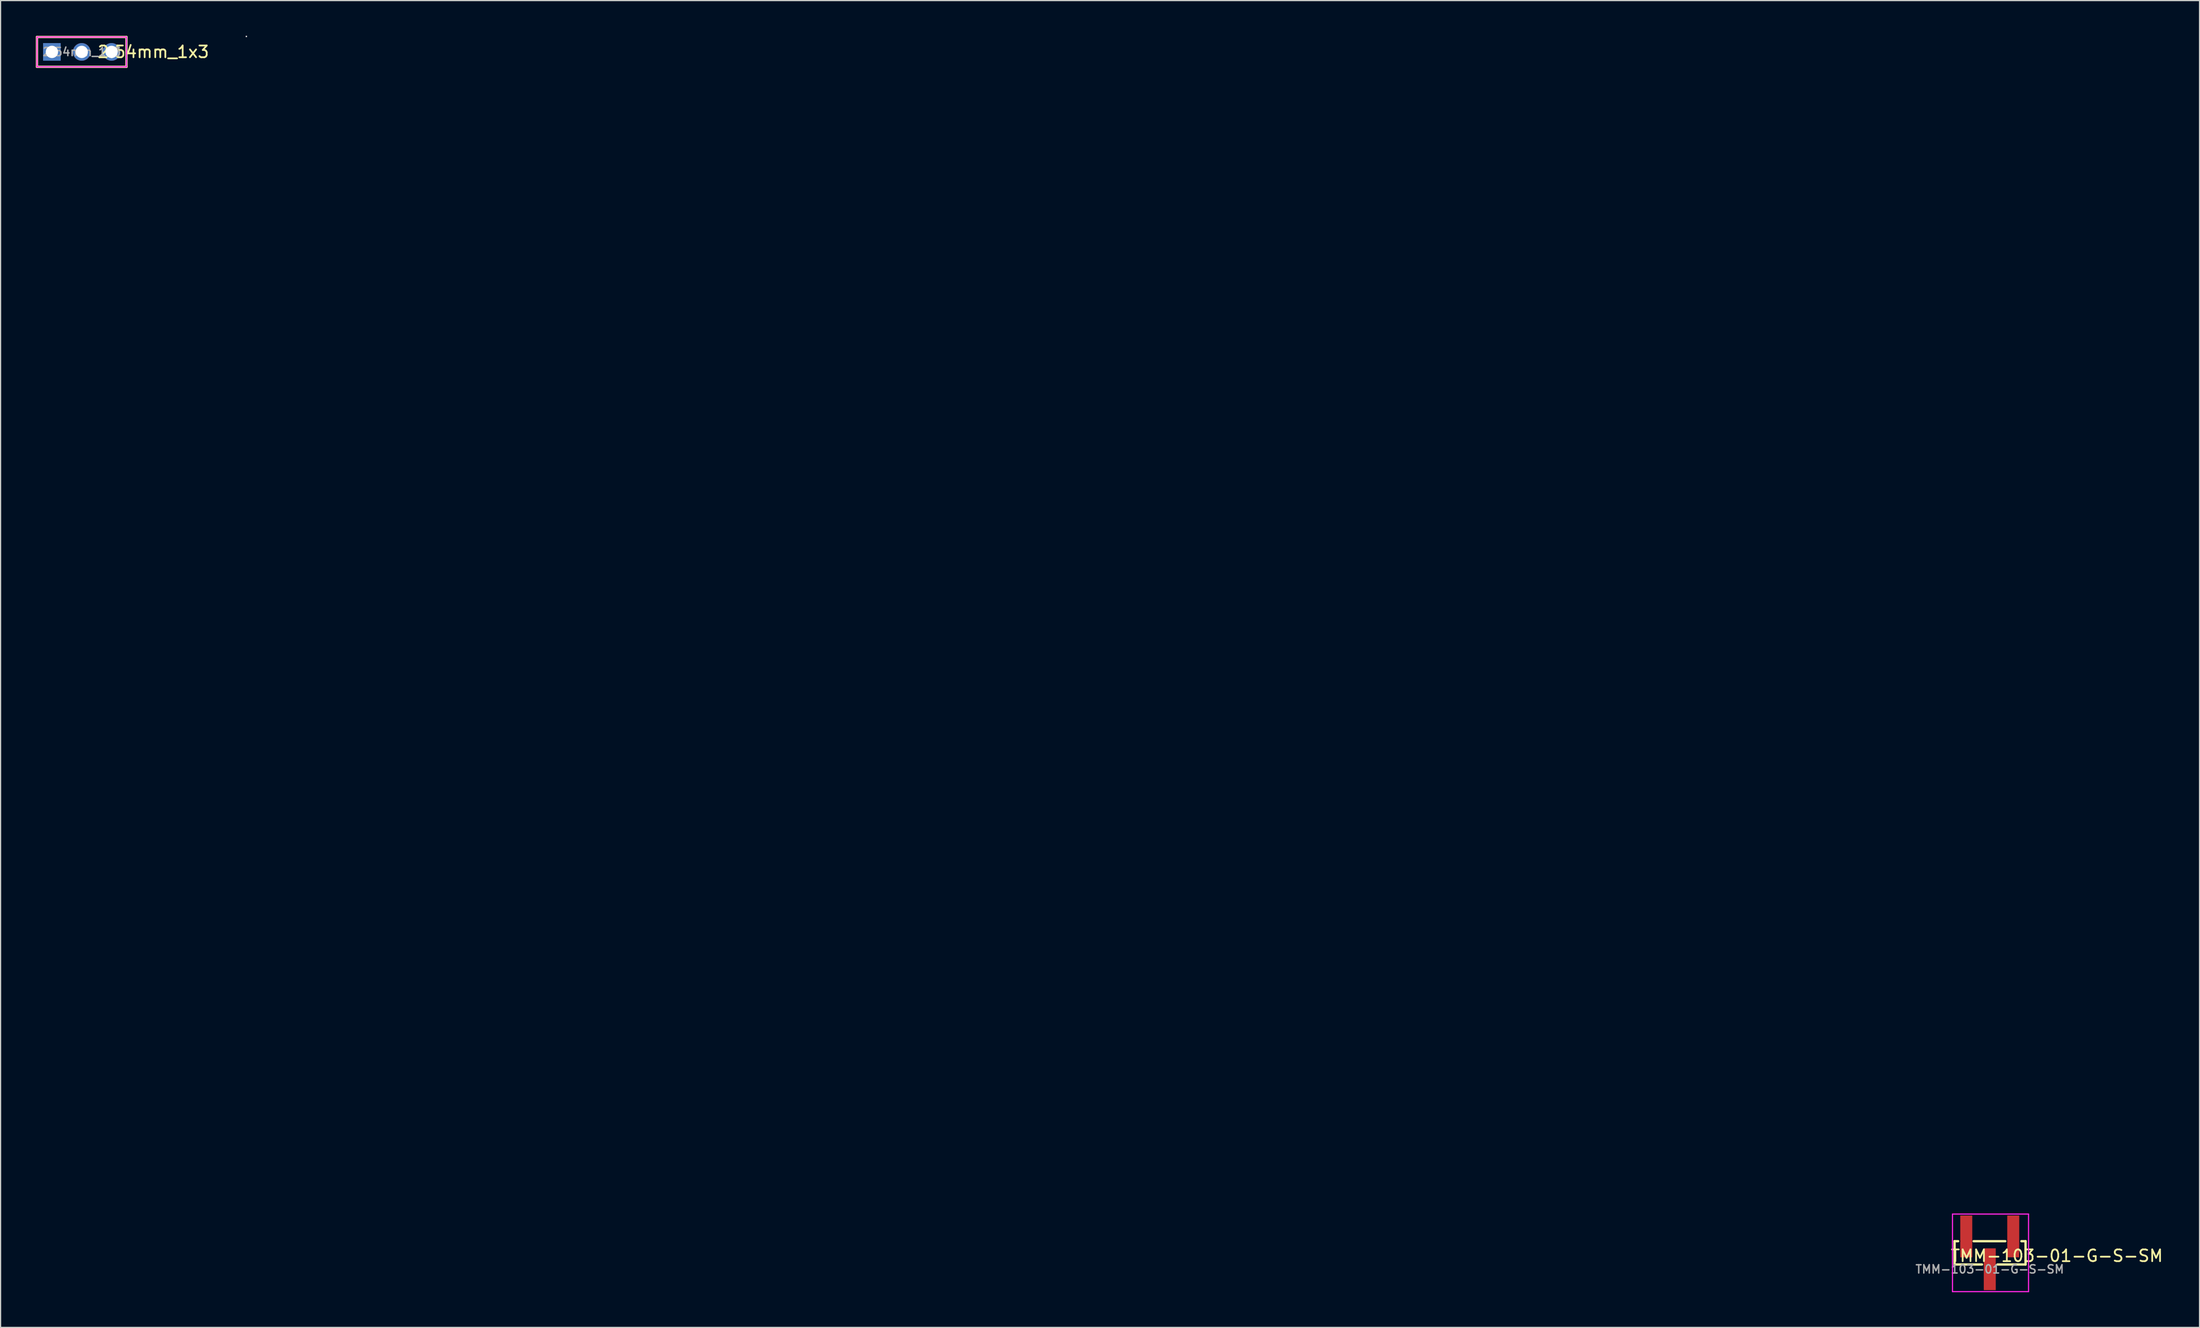
<source format=kicad_pcb>
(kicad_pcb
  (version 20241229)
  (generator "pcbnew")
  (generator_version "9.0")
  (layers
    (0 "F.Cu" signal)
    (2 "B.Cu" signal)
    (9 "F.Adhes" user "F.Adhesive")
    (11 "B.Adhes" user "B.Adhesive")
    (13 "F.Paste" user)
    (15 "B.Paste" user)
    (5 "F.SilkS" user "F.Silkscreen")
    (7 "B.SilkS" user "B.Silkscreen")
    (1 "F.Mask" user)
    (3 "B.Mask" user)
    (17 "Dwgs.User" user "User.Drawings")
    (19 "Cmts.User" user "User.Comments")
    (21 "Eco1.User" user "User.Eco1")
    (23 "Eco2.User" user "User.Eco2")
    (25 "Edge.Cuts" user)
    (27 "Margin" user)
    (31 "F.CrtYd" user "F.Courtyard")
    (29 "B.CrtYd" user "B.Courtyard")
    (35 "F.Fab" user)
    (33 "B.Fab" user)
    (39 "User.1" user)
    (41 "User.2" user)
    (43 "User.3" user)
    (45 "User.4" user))
  (footprint "TMM-103-01-G-S-SM"
    (layer "F.Cu")
    (at 166.397 105.04)
    (property "Reference" "TMM-103-01-G-S-SM" (at 5.715 -1.143 0) (layer "F.SilkS") (effects (font (size 1 1) (thickness 0.15))))
    (attr through_hole)
    (fp_line (start -2.997 -2.388) (end -2.692 -2.388) (stroke (width 0.2) (type solid)) (layer "F.SilkS"))
    (fp_line (start -2.997 -0.406) (end -2.997 -2.388) (stroke (width 0.2) (type solid)) (layer "F.SilkS"))
    (fp_line (start -1.372 -2.388) (end 1.321 -2.388) (stroke (width 0.2) (type solid)) (layer "F.SilkS"))
    (fp_line (start -0.66 -0.406) (end -2.997 -0.406) (stroke (width 0.2) (type solid)) (layer "F.SilkS"))
    (fp_line (start 3.048 -2.388) (end 2.692 -2.388) (stroke (width 0.2) (type solid)) (layer "F.SilkS"))
    (fp_line (start 3.048 -0.406) (end 0.66 -0.406) (stroke (width 0.2) (type solid)) (layer "F.SilkS"))
    (fp_line (start 3.048 -0.406) (end 3.048 -2.388) (stroke (width 0.2) (type solid)) (layer "F.SilkS"))
    (fp_line (start -148.478 -104.99) (end -148.478 -104.99) (stroke (width 0.1) (type solid)) (layer "Dwgs.User"))
    (fp_line (start -148.478 -104.99) (end -148.478 -104.99) (stroke (width 0.1) (type solid)) (layer "Dwgs.User"))
    (fp_line (start -148.478 -104.99) (end -148.478 -104.99) (stroke (width 0.1) (type solid)) (layer "Dwgs.User"))
    (fp_line (start -148.478 -104.99) (end -148.478 -104.99) (stroke (width 0.1) (type solid)) (layer "Dwgs.User"))
    (fp_line (start -148.478 -104.99) (end -148.478 -104.99) (stroke (width 0.1) (type solid)) (layer "Dwgs.User"))
    (fp_line (start -148.478 -104.99) (end -148.478 -104.99) (stroke (width 0.1) (type solid)) (layer "Dwgs.User"))
    (fp_line (start -148.478 -104.99) (end -148.478 -104.99) (stroke (width 0.1) (type solid)) (layer "Dwgs.User"))
    (fp_line (start -148.478 -104.99) (end -148.478 -104.99) (stroke (width 0.1) (type solid)) (layer "Dwgs.User"))
    (fp_line (start -148.478 -104.99) (end -148.478 -104.99) (stroke (width 0.1) (type solid)) (layer "Dwgs.User"))
    (fp_line (start -148.478 -104.99) (end -148.478 -104.99) (stroke (width 0.1) (type solid)) (layer "Dwgs.User"))
    (fp_line (start -148.478 -104.99) (end -148.478 -104.99) (stroke (width 0.1) (type solid)) (layer "Dwgs.User"))
    (fp_line (start -148.478 -104.99) (end -148.478 -104.99) (stroke (width 0.1) (type solid)) (layer "Dwgs.User"))
    (fp_line (start -148.478 -104.99) (end -148.478 -104.99) (stroke (width 0.1) (type solid)) (layer "Dwgs.User"))
    (fp_line (start -148.478 -104.99) (end -148.478 -104.99) (stroke (width 0.1) (type solid)) (layer "Dwgs.User"))
    (fp_line (start -148.478 -104.99) (end -148.478 -104.99) (stroke (width 0.1) (type solid)) (layer "Dwgs.User"))
    (fp_line (start -148.478 -104.99) (end -148.478 -104.99) (stroke (width 0.1) (type solid)) (layer "Dwgs.User"))
    (fp_line (start -148.478 -104.99) (end -148.478 -104.99) (stroke (width 0.1) (type solid)) (layer "Dwgs.User"))
    (fp_line (start -148.478 -104.99) (end -148.478 -104.99) (stroke (width 0.1) (type solid)) (layer "Dwgs.User"))
    (fp_line (start -148.478 -104.99) (end -148.478 -104.99) (stroke (width 0.1) (type solid)) (layer "Dwgs.User"))
    (fp_line (start -148.478 -104.99) (end -148.478 -104.99) (stroke (width 0.1) (type solid)) (layer "Dwgs.User"))
    (fp_line (start -148.478 -104.99) (end -148.478 -104.99) (stroke (width 0.1) (type solid)) (layer "Dwgs.User"))
    (fp_line (start -148.478 -104.99) (end -148.478 -104.99) (stroke (width 0.1) (type solid)) (layer "Dwgs.User"))
    (fp_line (start -148.478 -104.99) (end -148.478 -104.99) (stroke (width 0.1) (type solid)) (layer "Dwgs.User"))
    (fp_line (start -148.478 -104.99) (end -148.478 -104.99) (stroke (width 0.1) (type solid)) (layer "Dwgs.User"))
    (fp_line (start -148.478 -104.99) (end -148.478 -104.99) (stroke (width 0.1) (type solid)) (layer "Dwgs.User"))
    (fp_line (start -148.478 -104.99) (end -148.478 -104.99) (stroke (width 0.1) (type solid)) (layer "Dwgs.User"))
    (fp_line (start -148.478 -104.99) (end -148.478 -104.99) (stroke (width 0.1) (type solid)) (layer "Dwgs.User"))
    (fp_line (start -148.478 -104.99) (end -148.478 -104.99) (stroke (width 0.1) (type solid)) (layer "Dwgs.User"))
    (fp_line (start -148.478 -104.99) (end -148.478 -104.99) (stroke (width 0.1) (type solid)) (layer "Dwgs.User"))
    (fp_line (start -148.478 -104.99) (end -148.478 -104.99) (stroke (width 0.1) (type solid)) (layer "Dwgs.User"))
    (fp_line (start -148.478 -104.99) (end -148.478 -104.99) (stroke (width 0.1) (type solid)) (layer "Dwgs.User"))
    (fp_line (start -148.478 -104.99) (end -148.478 -104.99) (stroke (width 0.1) (type solid)) (layer "Dwgs.User"))
    (fp_line (start -148.478 -104.99) (end -148.478 -104.99) (stroke (width 0.1) (type solid)) (layer "Dwgs.User"))
    (fp_line (start -148.478 -104.99) (end -148.478 -104.99) (stroke (width 0.1) (type solid)) (layer "Dwgs.User"))
    (fp_line (start -148.478 -104.99) (end -148.478 -104.99) (stroke (width 0.1) (type solid)) (layer "Dwgs.User"))
    (fp_line (start -148.478 -104.99) (end -148.478 -104.99) (stroke (width 0.1) (type solid)) (layer "Dwgs.User"))
    (fp_line (start -148.478 -104.99) (end -148.478 -104.99) (stroke (width 0.1) (type solid)) (layer "Dwgs.User"))
    (fp_line (start -148.478 -104.99) (end -148.478 -104.99) (stroke (width 0.1) (type solid)) (layer "Dwgs.User"))
    (fp_line (start -148.478 -104.99) (end -148.478 -104.99) (stroke (width 0.1) (type solid)) (layer "Dwgs.User"))
    (fp_line (start -148.478 -104.99) (end -148.478 -104.99) (stroke (width 0.1) (type solid)) (layer "Dwgs.User"))
    (fp_line (start -148.478 -104.99) (end -148.478 -104.99) (stroke (width 0.1) (type solid)) (layer "Dwgs.User"))
    (fp_line (start -148.478 -104.99) (end -148.478 -104.99) (stroke (width 0.1) (type solid)) (layer "Dwgs.User"))
    (fp_line (start -148.478 -104.99) (end -148.478 -104.99) (stroke (width 0.1) (type solid)) (layer "Dwgs.User"))
    (fp_line (start -148.478 -104.99) (end -148.478 -104.99) (stroke (width 0.1) (type solid)) (layer "Dwgs.User"))
    (fp_line (start -148.478 -104.99) (end -148.478 -104.99) (stroke (width 0.1) (type solid)) (layer "Dwgs.User"))
    (fp_line (start -148.478 -104.99) (end -148.478 -104.99) (stroke (width 0.1) (type solid)) (layer "Dwgs.User"))
    (fp_line (start -3.175 -4.699) (end -3.175 1.905) (stroke (width 0.1) (type solid)) (layer "F.CrtYd"))
    (fp_line (start -3.175 1.905) (end 3.302 1.905) (stroke (width 0.1) (type solid)) (layer "F.CrtYd"))
    (fp_line (start 3.302 -4.699) (end -3.175 -4.699) (stroke (width 0.1) (type solid)) (layer "F.CrtYd"))
    (fp_line (start 3.302 1.905) (end 3.302 -4.699) (stroke (width 0.1) (type solid)) (layer "F.CrtYd"))
    (fp_text user "${REFERENCE}" (at 0 0 0) (layer "F.Fab") (effects (font (size 0.7 0.7) (thickness 0.125))))
    (pad "1" smd rect (at -2 -2.795) (size 1.02 3.56) (layers "F.Cu" "F.Mask" "F.Paste"))
    (pad "2" smd rect (at 0 0) (size 1.02 3.56) (layers "F.Cu" "F.Mask" "F.Paste"))
    (pad "3" smd rect (at 2 -2.795) (size 1.02 3.56) (layers "F.Cu" "F.Mask" "F.Paste")))
  (footprint "2.54mm_1x3"
    (layer "F.Cu")
    (at 3.91 1.37)
    (property "Reference" "2.54mm_1x3" (at 6.096 0 0) (layer "F.SilkS") (effects (font (size 1 1) (thickness 0.15))))
    (attr through_hole)
    (fp_line (start -3.81 -1.27) (end 3.81 -1.27) (stroke (width 0.2) (type solid)) (layer "F.SilkS"))
    (fp_line (start -3.81 1.27) (end -3.81 -1.27) (stroke (width 0.2) (type solid)) (layer "F.SilkS"))
    (fp_line (start 3.81 -1.27) (end 3.81 1.27) (stroke (width 0.2) (type solid)) (layer "F.SilkS"))
    (fp_line (start 3.81 1.27) (end -3.81 1.27) (stroke (width 0.2) (type solid)) (layer "F.SilkS"))
    (fp_line (start -3.81 -1.27) (end 3.81 -1.27) (stroke (width 0.1) (type solid)) (layer "F.CrtYd"))
    (fp_line (start -3.81 1.27) (end -3.81 -1.27) (stroke (width 0.1) (type solid)) (layer "F.CrtYd"))
    (fp_line (start 3.81 -1.27) (end 3.81 1.27) (stroke (width 0.1) (type solid)) (layer "F.CrtYd"))
    (fp_line (start 3.81 1.27) (end -3.81 1.27) (stroke (width 0.1) (type solid)) (layer "F.CrtYd"))
    (fp_text user "${REFERENCE}" (at 0 0 0) (layer "F.Fab") (effects (font (size 0.7 0.7) (thickness 0.125))))
    (pad "1" thru_hole rect (at -2.54 0) (size 1.5 1.5) (drill 1.05) (layers "*.Cu" "*.Mask"))
    (pad "2" thru_hole circle (at 0 0) (size 1.5 1.5) (drill 1.05) (layers "*.Cu" "*.Mask"))
    (pad "3" thru_hole circle (at 2.54 0) (size 1.5 1.5) (drill 1.05) (layers "*.Cu" "*.Mask")))
  (gr_rect
    (start -3 -3)
    (end 184.261 109.995)
    (stroke (width 0.1) (type default))
    (fill no)
    (layer "Edge.Cuts")))
</source>
